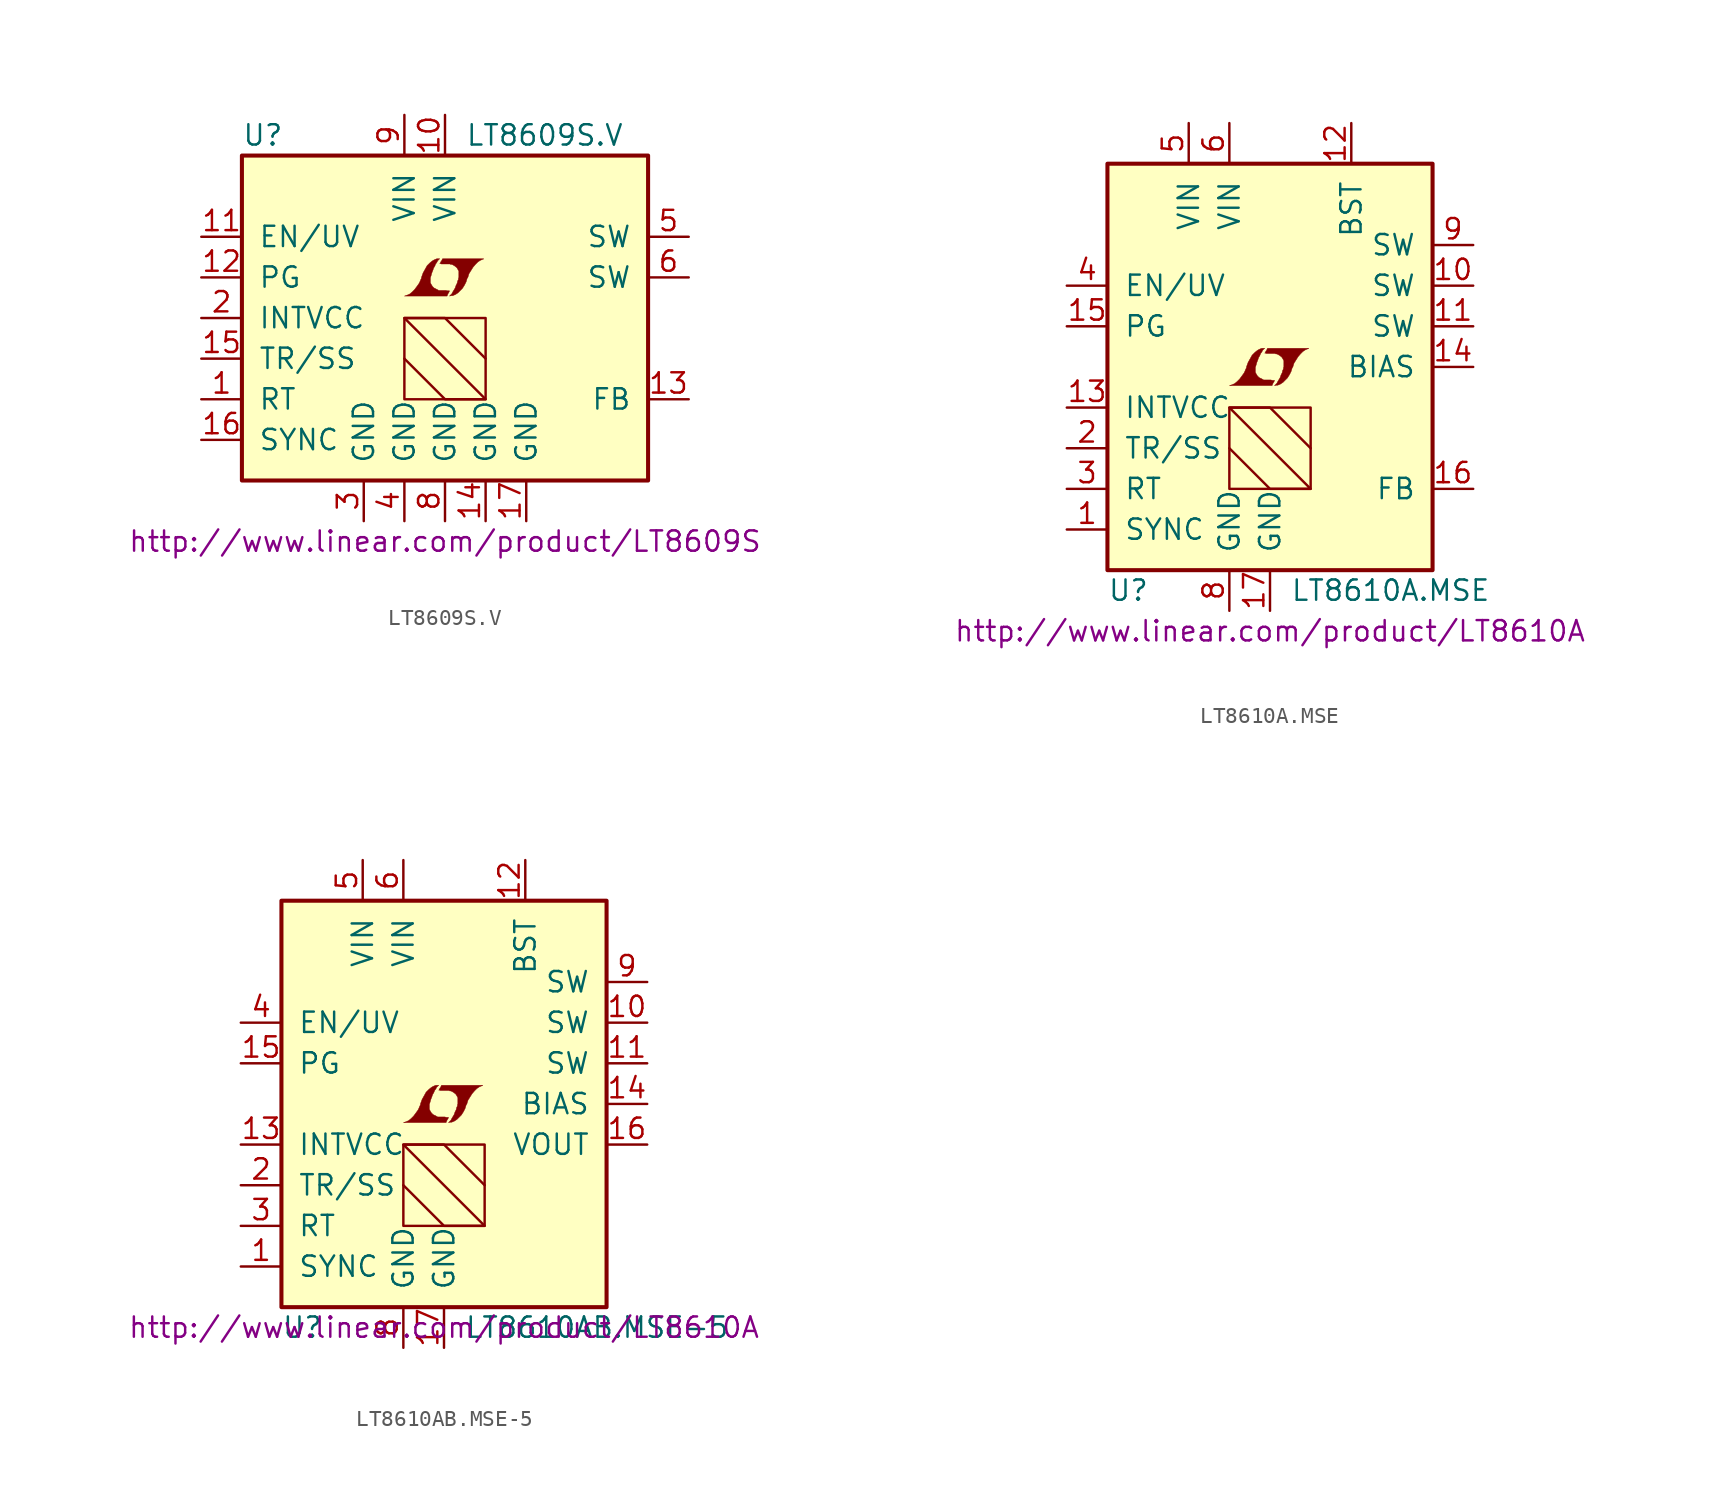
<source format=kicad_sym>
(kicad_symbol_lib
  (version 20201005)
  (generator kicad_symbol_editor)
  (symbol "LT8609S.V"
    (pin_names
      (offset 1.016))
    (property "Reference" "U"
      (at -12.7 11.43 0)
      (effects (font (size 1.27 1.27)) (justify left)))
    (property "Value" "LT8609S.V"
      (at 1.27 11.43 0)
      (effects (font (size 1.27 1.27)) (justify left)))
    (property "Datasheet" "http://www.linear.com/product/LT8609S"
      (at 0 -13.97 0)
      (effects (font (size 1.27 1.27))))
    (symbol "LT8609S.V_0_0"
      (polyline (pts (xy 0.203 1.549) (xy 0.229 1.575) (xy 0.279 1.676) (xy 0.279 1.702) (xy 0.152 1.702) (xy 0.051 1.727) (xy -0.406 1.727) (xy -0.432 1.753) (xy -0.686 1.88) (xy -0.787 1.981) (xy -0.864 2.108) (xy -0.914 2.21) (xy -0.914 2.515) (xy -0.864 2.667) (xy -0.838 2.769) (xy -0.813 2.845) (xy -0.762 2.972) (xy -0.711 3.124) (xy -0.635 3.251) (xy -0.584 3.378) (xy -0.508 3.48) (xy -0.457 3.581) (xy -0.33 3.708) (xy -0.508 3.708) (xy -0.635 3.658) (xy -0.737 3.607) (xy -0.813 3.556) (xy -0.94 3.454) (xy -1.118 3.277) (xy -1.372 2.819) (xy -1.473 2.54) (xy -1.473 2.489) (xy -1.524 2.388) (xy -1.575 2.261) (xy -1.626 2.159) (xy -1.753 1.981) (xy -1.905 1.778) (xy -2.057 1.626) (xy -2.21 1.499) (xy -2.388 1.422) (xy -2.54 1.372) (xy 0.127 1.372) (xy 0.203 1.549)) (stroke (width 0.025)) (fill (type outline)))
      (polyline (pts (xy 0.406 1.397) (xy 0.483 1.397) (xy 0.66 1.473) (xy 0.813 1.575) (xy 1.092 1.854) (xy 1.219 2.057) (xy 1.321 2.261) (xy 1.397 2.515) (xy 1.422 2.515) (xy 1.499 2.769) (xy 1.753 3.175) (xy 1.905 3.353) (xy 2.057 3.505) (xy 2.21 3.607) (xy 2.388 3.683) (xy 2.413 3.683) (xy 2.413 3.708) (xy -0.152 3.708) (xy -0.229 3.556) (xy -0.254 3.531) (xy -0.305 3.429) (xy -0.33 3.404) (xy -0.279 3.404) (xy -0.229 3.378) (xy 0.305 3.378) (xy 0.356 3.353) (xy 0.406 3.353) (xy 0.483 3.327) (xy 0.61 3.251) (xy 0.737 3.15) (xy 0.813 3.023) (xy 0.838 2.972) (xy 0.864 2.946) (xy 0.864 2.54) (xy 0.838 2.489) (xy 0.838 2.413) (xy 0.787 2.311) (xy 0.762 2.184) (xy 0.686 2.032) (xy 0.635 1.88) (xy 0.483 1.626) (xy 0.432 1.524) (xy 0.279 1.372) (xy 0.406 1.397)) (stroke (width 0.025)) (fill (type outline))))
    (symbol "LT8609S.V_0_1"
      (rectangle (start -12.7 10.16) (end 12.7 -10.16) (stroke (width 0.254)) (fill (type background)))
      (rectangle (start -2.54 0) (end 2.54 -5.08) (stroke (width 0)) (fill (type none)))
      (polyline (pts (xy -2.54 -2.54) (xy 0 -5.08) (xy 2.54 -5.08) (xy -2.54 0) (xy 0 0) (xy 2.54 -2.54)) (stroke (width 0)) (fill (type none))))
    (symbol "LT8609S.V_1_1"
      (pin passive line (at -15.24 -5.08 0) (length 2.54) (name "RT" (effects (font (size 1.27 1.27)))) (number "1" (effects (font (size 1.27 1.27)))))
      (pin power_in line (at 0 12.7 270) (length 2.54) (name "VIN" (effects (font (size 1.27 1.27)))) (number "10" (effects (font (size 1.27 1.27)))))
      (pin input line (at -15.24 5.08 0) (length 2.54) (name "EN/UV" (effects (font (size 1.27 1.27)))) (number "11" (effects (font (size 1.27 1.27)))))
      (pin open_collector line (at -15.24 2.54 0) (length 2.54) (name "PG" (effects (font (size 1.27 1.27)))) (number "12" (effects (font (size 1.27 1.27)))))
      (pin input line (at 15.24 -5.08 180) (length 2.54) (name "FB" (effects (font (size 1.27 1.27)))) (number "13" (effects (font (size 1.27 1.27)))))
      (pin power_in line (at 2.54 -12.7 90) (length 2.54) (name "GND" (effects (font (size 1.27 1.27)))) (number "14" (effects (font (size 1.27 1.27)))))
      (pin passive line (at -15.24 -2.54 0) (length 2.54) (name "TR/SS" (effects (font (size 1.27 1.27)))) (number "15" (effects (font (size 1.27 1.27)))))
      (pin input line (at -15.24 -7.62 0) (length 2.54) (name "SYNC" (effects (font (size 1.27 1.27)))) (number "16" (effects (font (size 1.27 1.27)))))
      (pin power_in line (at 5.08 -12.7 90) (length 2.54) (name "GND" (effects (font (size 1.27 1.27)))) (number "17" (effects (font (size 1.27 1.27)))))
      (pin passive line (at -15.24 0 0) (length 2.54) (name "INTVCC" (effects (font (size 1.27 1.27)))) (number "2" (effects (font (size 1.27 1.27)))))
      (pin power_in line (at -5.08 -12.7 90) (length 2.54) (name "GND" (effects (font (size 1.27 1.27)))) (number "3" (effects (font (size 1.27 1.27)))))
      (pin power_in line (at -2.54 -12.7 90) (length 2.54) (name "GND" (effects (font (size 1.27 1.27)))) (number "4" (effects (font (size 1.27 1.27)))))
      (pin power_out line (at 15.24 5.08 180) (length 2.54) (name "SW" (effects (font (size 1.27 1.27)))) (number "5" (effects (font (size 1.27 1.27)))))
      (pin passive line (at 15.24 2.54 180) (length 2.54) (name "SW" (effects (font (size 1.27 1.27)))) (number "6" (effects (font (size 1.27 1.27)))))
      (pin unconnected line (at 15.24 -1.27 180) (length 2.54) hide (name "NC" (effects (font (size 1.27 1.27)))) (number "7" (effects (font (size 1.27 1.27)))))
      (pin power_in line (at 0 -12.7 90) (length 2.54) (name "GND" (effects (font (size 1.27 1.27)))) (number "8" (effects (font (size 1.27 1.27)))))
      (pin power_in line (at -2.54 12.7 270) (length 2.54) (name "VIN" (effects (font (size 1.27 1.27)))) (number "9" (effects (font (size 1.27 1.27)))))))
  (symbol "LT8610A.MSE"
    (pin_names
      (offset 1.016))
    (property "Reference" "U"
      (at -10.16 -13.97 0)
      (effects (font (size 1.27 1.27)) (justify left)))
    (property "Value" "LT8610A.MSE"
      (at 1.27 -13.97 0)
      (effects (font (size 1.27 1.27)) (justify left)))
    (property "Datasheet" "http://www.linear.com/product/LT8610A"
      (at 0 -16.51 0)
      (effects (font (size 1.27 1.27))))
    (symbol "LT8610A.MSE_0_0"
      (polyline (pts (xy 0.203 -0.991) (xy 0.229 -0.965) (xy 0.279 -0.864) (xy 0.279 -0.838) (xy 0.152 -0.838) (xy 0.051 -0.813) (xy -0.406 -0.813) (xy -0.432 -0.787) (xy -0.686 -0.66) (xy -0.787 -0.559) (xy -0.864 -0.432) (xy -0.914 -0.33) (xy -0.914 -0.025) (xy -0.864 0.127) (xy -0.838 0.229) (xy -0.813 0.305) (xy -0.762 0.432) (xy -0.711 0.584) (xy -0.635 0.711) (xy -0.584 0.838) (xy -0.508 0.94) (xy -0.457 1.041) (xy -0.33 1.168) (xy -0.508 1.168) (xy -0.635 1.118) (xy -0.737 1.067) (xy -0.813 1.016) (xy -0.94 0.914) (xy -1.118 0.737) (xy -1.372 0.279) (xy -1.473 0) (xy -1.473 -0.051) (xy -1.524 -0.152) (xy -1.575 -0.279) (xy -1.626 -0.381) (xy -1.753 -0.559) (xy -1.905 -0.762) (xy -2.057 -0.914) (xy -2.21 -1.041) (xy -2.388 -1.118) (xy -2.54 -1.168) (xy 0.127 -1.168) (xy 0.203 -0.991)) (stroke (width 0.025)) (fill (type outline)))
      (polyline (pts (xy 0.406 -1.143) (xy 0.483 -1.143) (xy 0.66 -1.067) (xy 0.813 -0.965) (xy 1.092 -0.686) (xy 1.219 -0.483) (xy 1.321 -0.279) (xy 1.397 -0.025) (xy 1.422 -0.025) (xy 1.499 0.229) (xy 1.753 0.635) (xy 1.905 0.813) (xy 2.057 0.965) (xy 2.21 1.067) (xy 2.388 1.143) (xy 2.413 1.143) (xy 2.413 1.168) (xy -0.152 1.168) (xy -0.229 1.016) (xy -0.254 0.991) (xy -0.305 0.889) (xy -0.33 0.864) (xy -0.279 0.864) (xy -0.229 0.838) (xy 0.305 0.838) (xy 0.356 0.813) (xy 0.406 0.813) (xy 0.483 0.787) (xy 0.61 0.711) (xy 0.737 0.61) (xy 0.813 0.483) (xy 0.838 0.432) (xy 0.864 0.406) (xy 0.864 0) (xy 0.838 -0.051) (xy 0.838 -0.127) (xy 0.787 -0.229) (xy 0.762 -0.356) (xy 0.686 -0.508) (xy 0.635 -0.66) (xy 0.483 -0.914) (xy 0.432 -1.016) (xy 0.279 -1.168) (xy 0.406 -1.143)) (stroke (width 0.025)) (fill (type outline))))
    (symbol "LT8610A.MSE_0_1"
      (rectangle (start -10.16 12.7) (end 10.16 -12.7) (stroke (width 0.254)) (fill (type background)))
      (rectangle (start -2.54 -2.54) (end 2.54 -7.62) (stroke (width 0)) (fill (type none)))
      (polyline (pts (xy -2.54 -5.08) (xy 0 -7.62) (xy 2.54 -7.62) (xy -2.54 -2.54) (xy 0 -2.54) (xy 2.54 -5.08)) (stroke (width 0)) (fill (type none))))
    (symbol "LT8610A.MSE_1_1"
      (pin input line (at -12.7 -10.16 0) (length 2.54) (name "SYNC" (effects (font (size 1.27 1.27)))) (number "1" (effects (font (size 1.27 1.27)))))
      (pin power_out line (at 12.7 5.08 180) (length 2.54) (name "SW" (effects (font (size 1.27 1.27)))) (number "10" (effects (font (size 1.27 1.27)))))
      (pin power_out line (at 12.7 2.54 180) (length 2.54) (name "SW" (effects (font (size 1.27 1.27)))) (number "11" (effects (font (size 1.27 1.27)))))
      (pin passive line (at 5.08 15.24 270) (length 2.54) (name "BST" (effects (font (size 1.27 1.27)))) (number "12" (effects (font (size 1.27 1.27)))))
      (pin passive line (at -12.7 -2.54 0) (length 2.54) (name "INTVCC" (effects (font (size 1.27 1.27)))) (number "13" (effects (font (size 1.27 1.27)))))
      (pin power_in line (at 12.7 0 180) (length 2.54) (name "BIAS" (effects (font (size 1.27 1.27)))) (number "14" (effects (font (size 1.27 1.27)))))
      (pin open_collector line (at -12.7 2.54 0) (length 2.54) (name "PG" (effects (font (size 1.27 1.27)))) (number "15" (effects (font (size 1.27 1.27)))))
      (pin input line (at 12.7 -7.62 180) (length 2.54) (name "FB" (effects (font (size 1.27 1.27)))) (number "16" (effects (font (size 1.27 1.27)))))
      (pin power_in line (at 0 -15.24 90) (length 2.54) (name "GND" (effects (font (size 1.27 1.27)))) (number "17" (effects (font (size 1.27 1.27)))))
      (pin passive line (at -12.7 -5.08 0) (length 2.54) (name "TR/SS" (effects (font (size 1.27 1.27)))) (number "2" (effects (font (size 1.27 1.27)))))
      (pin passive line (at -12.7 -7.62 0) (length 2.54) (name "RT" (effects (font (size 1.27 1.27)))) (number "3" (effects (font (size 1.27 1.27)))))
      (pin input line (at -12.7 5.08 0) (length 2.54) (name "EN/UV" (effects (font (size 1.27 1.27)))) (number "4" (effects (font (size 1.27 1.27)))))
      (pin power_in line (at -5.08 15.24 270) (length 2.54) (name "VIN" (effects (font (size 1.27 1.27)))) (number "5" (effects (font (size 1.27 1.27)))))
      (pin power_in line (at -2.54 15.24 270) (length 2.54) (name "VIN" (effects (font (size 1.27 1.27)))) (number "6" (effects (font (size 1.27 1.27)))))
      (pin unconnected line (at -12.7 0 0) (length 2.54) hide (name "NC" (effects (font (size 1.27 1.27)))) (number "7" (effects (font (size 1.27 1.27)))))
      (pin power_in line (at -2.54 -15.24 90) (length 2.54) (name "GND" (effects (font (size 1.27 1.27)))) (number "8" (effects (font (size 1.27 1.27)))))
      (pin power_out line (at 12.7 7.62 180) (length 2.54) (name "SW" (effects (font (size 1.27 1.27)))) (number "9" (effects (font (size 1.27 1.27)))))))
  (symbol "LT8610AB.MSE-5"
    (pin_names
      (offset 1.016))
    (property "Reference" "U"
      (at -10.16 -13.97 0)
      (effects (font (size 1.27 1.27)) (justify left)))
    (property "Value" "LT8610AB.MSE-5"
      (at 1.27 -13.97 0)
      (effects (font (size 1.27 1.27)) (justify left)))
    (property "Datasheet" "http://www.linear.com/product/LT8610A"
      (at 0 -13.97 0)
      (effects (font (size 1.27 1.27))))
    (symbol "LT8610AB.MSE-5_0_0"
      (polyline (pts (xy 0.203 -0.991) (xy 0.229 -0.965) (xy 0.279 -0.864) (xy 0.279 -0.838) (xy 0.152 -0.838) (xy 0.051 -0.813) (xy -0.406 -0.813) (xy -0.432 -0.787) (xy -0.686 -0.66) (xy -0.787 -0.559) (xy -0.864 -0.432) (xy -0.914 -0.33) (xy -0.914 -0.025) (xy -0.864 0.127) (xy -0.838 0.229) (xy -0.813 0.305) (xy -0.762 0.432) (xy -0.711 0.584) (xy -0.635 0.711) (xy -0.584 0.838) (xy -0.508 0.94) (xy -0.457 1.041) (xy -0.33 1.168) (xy -0.508 1.168) (xy -0.635 1.118) (xy -0.737 1.067) (xy -0.813 1.016) (xy -0.94 0.914) (xy -1.118 0.737) (xy -1.372 0.279) (xy -1.473 0) (xy -1.473 -0.051) (xy -1.524 -0.152) (xy -1.575 -0.279) (xy -1.626 -0.381) (xy -1.753 -0.559) (xy -1.905 -0.762) (xy -2.057 -0.914) (xy -2.21 -1.041) (xy -2.388 -1.118) (xy -2.54 -1.168) (xy 0.127 -1.168) (xy 0.203 -0.991)) (stroke (width 0.025)) (fill (type outline)))
      (polyline (pts (xy 0.406 -1.143) (xy 0.483 -1.143) (xy 0.66 -1.067) (xy 0.813 -0.965) (xy 1.092 -0.686) (xy 1.219 -0.483) (xy 1.321 -0.279) (xy 1.397 -0.025) (xy 1.422 -0.025) (xy 1.499 0.229) (xy 1.753 0.635) (xy 1.905 0.813) (xy 2.057 0.965) (xy 2.21 1.067) (xy 2.388 1.143) (xy 2.413 1.143) (xy 2.413 1.168) (xy -0.152 1.168) (xy -0.229 1.016) (xy -0.254 0.991) (xy -0.305 0.889) (xy -0.33 0.864) (xy -0.279 0.864) (xy -0.229 0.838) (xy 0.305 0.838) (xy 0.356 0.813) (xy 0.406 0.813) (xy 0.483 0.787) (xy 0.61 0.711) (xy 0.737 0.61) (xy 0.813 0.483) (xy 0.838 0.432) (xy 0.864 0.406) (xy 0.864 0) (xy 0.838 -0.051) (xy 0.838 -0.127) (xy 0.787 -0.229) (xy 0.762 -0.356) (xy 0.686 -0.508) (xy 0.635 -0.66) (xy 0.483 -0.914) (xy 0.432 -1.016) (xy 0.279 -1.168) (xy 0.406 -1.143)) (stroke (width 0.025)) (fill (type outline))))
    (symbol "LT8610AB.MSE-5_0_1"
      (rectangle (start -10.16 12.7) (end 10.16 -12.7) (stroke (width 0.254)) (fill (type background)))
      (rectangle (start -2.54 -2.54) (end 2.54 -7.62) (stroke (width 0)) (fill (type none)))
      (polyline (pts (xy -2.54 -5.08) (xy 0 -7.62) (xy 2.54 -7.62) (xy -2.54 -2.54) (xy 0 -2.54) (xy 2.54 -5.08)) (stroke (width 0)) (fill (type none))))
    (symbol "LT8610AB.MSE-5_1_1"
      (pin input line (at -12.7 -10.16 0) (length 2.54) (name "SYNC" (effects (font (size 1.27 1.27)))) (number "1" (effects (font (size 1.27 1.27)))))
      (pin power_out line (at 12.7 5.08 180) (length 2.54) (name "SW" (effects (font (size 1.27 1.27)))) (number "10" (effects (font (size 1.27 1.27)))))
      (pin power_out line (at 12.7 2.54 180) (length 2.54) (name "SW" (effects (font (size 1.27 1.27)))) (number "11" (effects (font (size 1.27 1.27)))))
      (pin passive line (at 5.08 15.24 270) (length 2.54) (name "BST" (effects (font (size 1.27 1.27)))) (number "12" (effects (font (size 1.27 1.27)))))
      (pin passive line (at -12.7 -2.54 0) (length 2.54) (name "INTVCC" (effects (font (size 1.27 1.27)))) (number "13" (effects (font (size 1.27 1.27)))))
      (pin power_in line (at 12.7 0 180) (length 2.54) (name "BIAS" (effects (font (size 1.27 1.27)))) (number "14" (effects (font (size 1.27 1.27)))))
      (pin open_collector line (at -12.7 2.54 0) (length 2.54) (name "PG" (effects (font (size 1.27 1.27)))) (number "15" (effects (font (size 1.27 1.27)))))
      (pin input line (at 12.7 -2.54 180) (length 2.54) (name "VOUT" (effects (font (size 1.27 1.27)))) (number "16" (effects (font (size 1.27 1.27)))))
      (pin power_in line (at 0 -15.24 90) (length 2.54) (name "GND" (effects (font (size 1.27 1.27)))) (number "17" (effects (font (size 1.27 1.27)))))
      (pin passive line (at -12.7 -5.08 0) (length 2.54) (name "TR/SS" (effects (font (size 1.27 1.27)))) (number "2" (effects (font (size 1.27 1.27)))))
      (pin passive line (at -12.7 -7.62 0) (length 2.54) (name "RT" (effects (font (size 1.27 1.27)))) (number "3" (effects (font (size 1.27 1.27)))))
      (pin input line (at -12.7 5.08 0) (length 2.54) (name "EN/UV" (effects (font (size 1.27 1.27)))) (number "4" (effects (font (size 1.27 1.27)))))
      (pin power_in line (at -5.08 15.24 270) (length 2.54) (name "VIN" (effects (font (size 1.27 1.27)))) (number "5" (effects (font (size 1.27 1.27)))))
      (pin power_in line (at -2.54 15.24 270) (length 2.54) (name "VIN" (effects (font (size 1.27 1.27)))) (number "6" (effects (font (size 1.27 1.27)))))
      (pin unconnected line (at -12.7 0 0) (length 2.54) hide (name "NC" (effects (font (size 1.27 1.27)))) (number "7" (effects (font (size 1.27 1.27)))))
      (pin power_in line (at -2.54 -15.24 90) (length 2.54) (name "GND" (effects (font (size 1.27 1.27)))) (number "8" (effects (font (size 1.27 1.27)))))
      (pin power_out line (at 12.7 7.62 180) (length 2.54) (name "SW" (effects (font (size 1.27 1.27)))) (number "9" (effects (font (size 1.27 1.27))))))))
</source>
